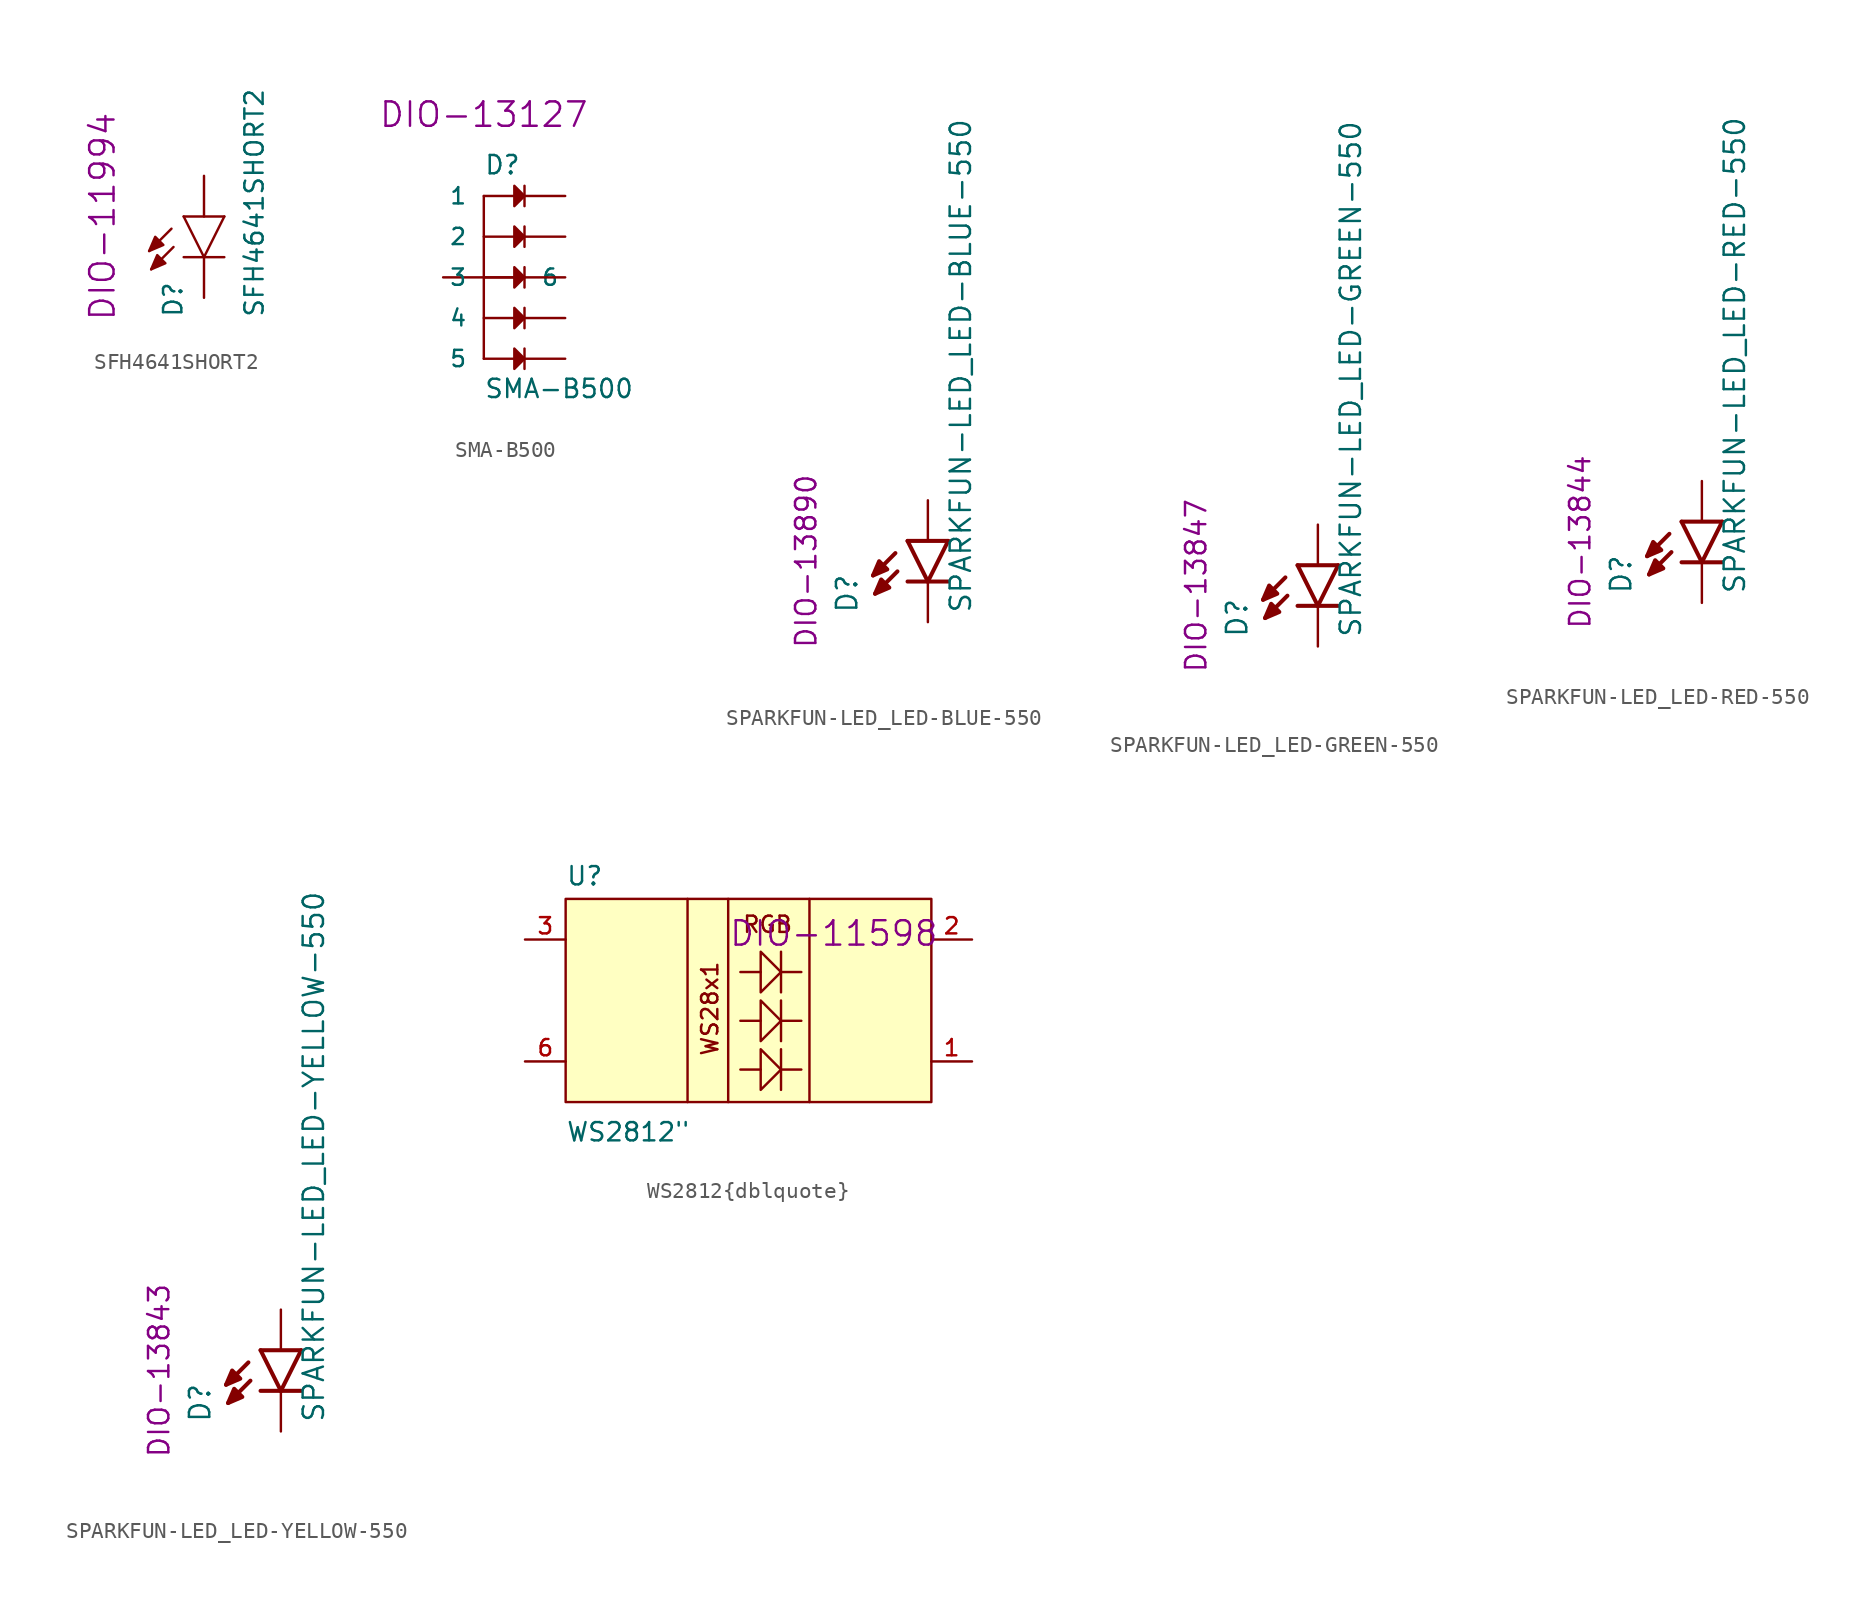
<source format=kicad_sym>
(kicad_symbol_lib
  (version 20220914)
  (generator kicad_symbol_editor)
  (symbol "SFH4641SHORT2"
    (pin_numbers hide)
    (pin_names
      (offset 1.016) hide)
    (property "Reference" "D"
      (at -1.27 -6.35 90)
      (effects (font (size 1.143 1.143)) (justify left bottom)))
    (property "Value" "SFH4641SHORT2"
      (at 3.81 -6.35 90)
      (effects (font (size 1.143 1.143)) (justify left bottom)))
    (property "Field4" "DIO-11994"
      (at -6.35 0 90)
      (effects (font (size 1.524 1.524))))
    (property "ki_locked" ""
      (at 0 0 0)
      (effects (font (size 1.27 1.27))))
    (symbol "SFH4641SHORT2_1_0"
      (polyline (pts (xy -2.032 -0.762) (xy -3.429 -2.159)) (stroke (width 0) (type solid)) (fill (type none)))
      (polyline (pts (xy -1.905 -1.905) (xy -3.302 -3.302)) (stroke (width 0) (type solid)) (fill (type none)))
      (polyline (pts (xy 0 -2.54) (xy -1.27 -2.54)) (stroke (width 0) (type solid)) (fill (type none)))
      (polyline (pts (xy 0 -2.54) (xy -1.27 0)) (stroke (width 0) (type solid)) (fill (type none)))
      (polyline (pts (xy 1.27 -2.54) (xy 0 -2.54)) (stroke (width 0) (type solid)) (fill (type none)))
      (polyline (pts (xy 1.27 0) (xy -1.27 0)) (stroke (width 0) (type solid)) (fill (type none)))
      (polyline (pts (xy 1.27 0) (xy 0 -2.54)) (stroke (width 0) (type solid)) (fill (type none))))
    (symbol "SFH4641SHORT2_1_1"
      (polyline (pts (xy -3.429 -2.159) (xy -3.048 -1.27) (xy -3.048 -1.27) (xy -2.54 -1.778) (xy -2.54 -1.778) (xy -3.429 -2.159)) (stroke (width 0) (type solid)) (fill (type outline)))
      (polyline (pts (xy -3.302 -3.302) (xy -2.921 -2.413) (xy -2.921 -2.413) (xy -2.413 -2.921) (xy -2.413 -2.921) (xy -3.302 -3.302)) (stroke (width 0) (type solid)) (fill (type outline)))
      (pin passive line (at 0 2.54 270) (length 2.54) (name "A" (effects (font (size 1.016 1.016)))) (number "A" (effects (font (size 1.016 1.016)))))
      (pin passive line (at 0 -5.08 90) (length 2.54) (name "C" (effects (font (size 1.016 1.016)))) (number "C" (effects (font (size 1.016 1.016)))))))
  (symbol "SMA-B500"
    (pin_numbers hide)
    (pin_names
      (offset 1.016))
    (property "Reference" "D"
      (at 0 6.35 0)
      (effects (font (size 1.143 1.143)) (justify left bottom)))
    (property "Value" "SMA-B500"
      (at 0 -7.62 0)
      (effects (font (size 1.143 1.143)) (justify left bottom)))
    (property "Field4" "DIO-13127"
      (at 0 10.16 0)
      (effects (font (size 1.524 1.524))))
    (property "ki_locked" ""
      (at 0 0 0)
      (effects (font (size 1.27 1.27))))
    (symbol "SMA-B500_1_0"
      (polyline (pts (xy 0 -5.08) (xy 0 5.08)) (stroke (width 0) (type solid)) (fill (type none)))
      (polyline (pts (xy 2.54 -5.715) (xy 2.54 -4.445)) (stroke (width 0) (type solid)) (fill (type none)))
      (polyline (pts (xy 2.54 -3.175) (xy 2.54 -1.905)) (stroke (width 0) (type solid)) (fill (type none)))
      (polyline (pts (xy 2.54 -0.635) (xy 2.54 0.635)) (stroke (width 0) (type solid)) (fill (type none)))
      (polyline (pts (xy 2.54 1.905) (xy 2.54 3.175)) (stroke (width 0) (type solid)) (fill (type none)))
      (polyline (pts (xy 2.54 4.445) (xy 2.54 5.715)) (stroke (width 0) (type solid)) (fill (type none))))
    (symbol "SMA-B500_1_1"
      (polyline (pts (xy 1.905 -5.715) (xy 1.905 -4.445) (xy 1.905 -4.445) (xy 2.54 -5.08) (xy 2.54 -5.08) (xy 1.905 -5.715)) (stroke (width 0) (type solid)) (fill (type outline)))
      (polyline (pts (xy 1.905 -3.175) (xy 1.905 -1.905) (xy 1.905 -1.905) (xy 2.54 -2.54) (xy 2.54 -2.54) (xy 1.905 -3.175)) (stroke (width 0) (type solid)) (fill (type outline)))
      (polyline (pts (xy 1.905 -0.635) (xy 1.905 0.635) (xy 1.905 0.635) (xy 2.54 0) (xy 2.54 0) (xy 1.905 -0.635)) (stroke (width 0) (type solid)) (fill (type outline)))
      (polyline (pts (xy 1.905 1.905) (xy 1.905 3.175) (xy 1.905 3.175) (xy 2.54 2.54) (xy 2.54 2.54) (xy 1.905 1.905)) (stroke (width 0) (type solid)) (fill (type outline)))
      (polyline (pts (xy 1.905 4.445) (xy 1.905 5.715) (xy 1.905 5.715) (xy 2.54 5.08) (xy 2.54 5.08) (xy 1.905 4.445)) (stroke (width 0) (type solid)) (fill (type outline)))
      (pin bidirectional line (at 5.08 5.08 180) (length 5.08) (name "1" (effects (font (size 1.016 1.016)))) (number "1" (effects (font (size 1.016 1.016)))))
      (pin bidirectional line (at 5.08 2.54 180) (length 5.08) (name "2" (effects (font (size 1.016 1.016)))) (number "2" (effects (font (size 1.016 1.016)))))
      (pin bidirectional line (at 5.08 0 180) (length 5.08) (name "3" (effects (font (size 1.016 1.016)))) (number "3" (effects (font (size 1.016 1.016)))))
      (pin bidirectional line (at 5.08 -2.54 180) (length 5.08) (name "4" (effects (font (size 1.016 1.016)))) (number "4" (effects (font (size 1.016 1.016)))))
      (pin bidirectional line (at 5.08 -5.08 180) (length 5.08) (name "5" (effects (font (size 1.016 1.016)))) (number "5" (effects (font (size 1.016 1.016)))))
      (pin bidirectional line (at -2.54 0 0) (length 5.08) (name "6" (effects (font (size 1.016 1.016)))) (number "6" (effects (font (size 1.016 1.016)))))))
  (symbol "SPARKFUN-LED_LED-BLUE-550"
    (pin_numbers hide)
    (pin_names
      (offset 1.27) hide)
    (property "Reference" "D"
      (at -4.318 -4.572 90)
      (effects (font (size 1.27 1.27)) (justify left bottom)))
    (property "Value" "SPARKFUN-LED_LED-BLUE-550"
      (at 2.794 -4.572 90)
      (effects (font (size 1.27 1.27)) (justify left bottom)))
    (property "Field4" "DIO-13890"
      (at -7.62 -1.27 90)
      (effects (font (size 1.27 1.27))))
    (symbol "SPARKFUN-LED_LED-BLUE-550_1_0"
      (polyline (pts (xy -2.032 -0.762) (xy -3.429 -2.159)) (stroke (width 0.254) (type solid)) (fill (type none)))
      (polyline (pts (xy -1.905 -1.905) (xy -3.302 -3.302)) (stroke (width 0.254) (type solid)) (fill (type none)))
      (polyline (pts (xy 0 -2.54) (xy -1.27 -2.54)) (stroke (width 0.254) (type solid)) (fill (type none)))
      (polyline (pts (xy 0 -2.54) (xy -1.27 0)) (stroke (width 0.254) (type solid)) (fill (type none)))
      (polyline (pts (xy 1.27 -2.54) (xy 0 -2.54)) (stroke (width 0.254) (type solid)) (fill (type none)))
      (polyline (pts (xy 1.27 0) (xy -1.27 0)) (stroke (width 0.254) (type solid)) (fill (type none)))
      (polyline (pts (xy 1.27 0) (xy 0 -2.54)) (stroke (width 0.254) (type solid)) (fill (type none))))
    (symbol "SPARKFUN-LED_LED-BLUE-550_1_1"
      (polyline (pts (xy -3.429 -2.159) (xy -3.048 -1.27) (xy -3.048 -1.27) (xy -2.54 -1.778) (xy -2.54 -1.778) (xy -3.429 -2.159)) (stroke (width 0.254) (type solid)) (fill (type outline)))
      (polyline (pts (xy -3.302 -3.302) (xy -2.921 -2.413) (xy -2.921 -2.413) (xy -2.413 -2.921) (xy -2.413 -2.921) (xy -3.302 -3.302)) (stroke (width 0.254) (type solid)) (fill (type outline)))
      (pin passive line (at 0 -5.08 90) (length 2.54) (name "C" (effects (font (size 1.27 1.27)))) (number "1" (effects (font (size 1.27 1.27)))))
      (pin passive line (at 0 2.54 270) (length 2.54) (name "A" (effects (font (size 1.27 1.27)))) (number "2" (effects (font (size 1.27 1.27)))))))
  (symbol "SPARKFUN-LED_LED-GREEN-550"
    (pin_numbers hide)
    (pin_names
      (offset 1.27) hide)
    (property "Reference" "D"
      (at -4.318 -4.572 90)
      (effects (font (size 1.27 1.27)) (justify left bottom)))
    (property "Value" "SPARKFUN-LED_LED-GREEN-550"
      (at 2.794 -4.572 90)
      (effects (font (size 1.27 1.27)) (justify left bottom)))
    (property "Field4" "DIO-13847"
      (at -7.62 -1.27 90)
      (effects (font (size 1.27 1.27))))
    (symbol "SPARKFUN-LED_LED-GREEN-550_1_0"
      (polyline (pts (xy -2.032 -0.762) (xy -3.429 -2.159)) (stroke (width 0.254) (type solid)) (fill (type none)))
      (polyline (pts (xy -1.905 -1.905) (xy -3.302 -3.302)) (stroke (width 0.254) (type solid)) (fill (type none)))
      (polyline (pts (xy 0 -2.54) (xy -1.27 -2.54)) (stroke (width 0.254) (type solid)) (fill (type none)))
      (polyline (pts (xy 0 -2.54) (xy -1.27 0)) (stroke (width 0.254) (type solid)) (fill (type none)))
      (polyline (pts (xy 1.27 -2.54) (xy 0 -2.54)) (stroke (width 0.254) (type solid)) (fill (type none)))
      (polyline (pts (xy 1.27 0) (xy -1.27 0)) (stroke (width 0.254) (type solid)) (fill (type none)))
      (polyline (pts (xy 1.27 0) (xy 0 -2.54)) (stroke (width 0.254) (type solid)) (fill (type none))))
    (symbol "SPARKFUN-LED_LED-GREEN-550_1_1"
      (polyline (pts (xy -3.429 -2.159) (xy -3.048 -1.27) (xy -3.048 -1.27) (xy -2.54 -1.778) (xy -2.54 -1.778) (xy -3.429 -2.159)) (stroke (width 0.254) (type solid)) (fill (type outline)))
      (polyline (pts (xy -3.302 -3.302) (xy -2.921 -2.413) (xy -2.921 -2.413) (xy -2.413 -2.921) (xy -2.413 -2.921) (xy -3.302 -3.302)) (stroke (width 0.254) (type solid)) (fill (type outline)))
      (pin passive line (at 0 -5.08 90) (length 2.54) (name "C" (effects (font (size 1.27 1.27)))) (number "1" (effects (font (size 1.27 1.27)))))
      (pin passive line (at 0 2.54 270) (length 2.54) (name "A" (effects (font (size 1.27 1.27)))) (number "2" (effects (font (size 1.27 1.27)))))))
  (symbol "SPARKFUN-LED_LED-RED-550"
    (pin_numbers hide)
    (pin_names
      (offset 1.27) hide)
    (property "Reference" "D"
      (at -4.318 -4.572 90)
      (effects (font (size 1.27 1.27)) (justify left bottom)))
    (property "Value" "SPARKFUN-LED_LED-RED-550"
      (at 2.794 -4.572 90)
      (effects (font (size 1.27 1.27)) (justify left bottom)))
    (property "Field4" "DIO-13844"
      (at -7.62 -1.27 90)
      (effects (font (size 1.27 1.27))))
    (symbol "SPARKFUN-LED_LED-RED-550_1_0"
      (polyline (pts (xy -2.032 -0.762) (xy -3.429 -2.159)) (stroke (width 0.254) (type solid)) (fill (type none)))
      (polyline (pts (xy -1.905 -1.905) (xy -3.302 -3.302)) (stroke (width 0.254) (type solid)) (fill (type none)))
      (polyline (pts (xy 0 -2.54) (xy -1.27 -2.54)) (stroke (width 0.254) (type solid)) (fill (type none)))
      (polyline (pts (xy 0 -2.54) (xy -1.27 0)) (stroke (width 0.254) (type solid)) (fill (type none)))
      (polyline (pts (xy 1.27 -2.54) (xy 0 -2.54)) (stroke (width 0.254) (type solid)) (fill (type none)))
      (polyline (pts (xy 1.27 0) (xy -1.27 0)) (stroke (width 0.254) (type solid)) (fill (type none)))
      (polyline (pts (xy 1.27 0) (xy 0 -2.54)) (stroke (width 0.254) (type solid)) (fill (type none))))
    (symbol "SPARKFUN-LED_LED-RED-550_1_1"
      (polyline (pts (xy -3.429 -2.159) (xy -3.048 -1.27) (xy -3.048 -1.27) (xy -2.54 -1.778) (xy -2.54 -1.778) (xy -3.429 -2.159)) (stroke (width 0.254) (type solid)) (fill (type outline)))
      (polyline (pts (xy -3.302 -3.302) (xy -2.921 -2.413) (xy -2.921 -2.413) (xy -2.413 -2.921) (xy -2.413 -2.921) (xy -3.302 -3.302)) (stroke (width 0.254) (type solid)) (fill (type outline)))
      (pin passive line (at 0 -5.08 90) (length 2.54) (name "C" (effects (font (size 1.27 1.27)))) (number "1" (effects (font (size 1.27 1.27)))))
      (pin passive line (at 0 2.54 270) (length 2.54) (name "A" (effects (font (size 1.27 1.27)))) (number "2" (effects (font (size 1.27 1.27)))))))
  (symbol "SPARKFUN-LED_LED-YELLOW-550"
    (pin_numbers hide)
    (pin_names
      (offset 1.27) hide)
    (property "Reference" "D"
      (at -4.318 -4.572 90)
      (effects (font (size 1.27 1.27)) (justify left bottom)))
    (property "Value" "SPARKFUN-LED_LED-YELLOW-550"
      (at 2.794 -4.572 90)
      (effects (font (size 1.27 1.27)) (justify left bottom)))
    (property "Field4" "DIO-13843"
      (at -7.62 -1.27 90)
      (effects (font (size 1.27 1.27))))
    (symbol "SPARKFUN-LED_LED-YELLOW-550_1_0"
      (polyline (pts (xy -2.032 -0.762) (xy -3.429 -2.159)) (stroke (width 0.254) (type solid)) (fill (type none)))
      (polyline (pts (xy -1.905 -1.905) (xy -3.302 -3.302)) (stroke (width 0.254) (type solid)) (fill (type none)))
      (polyline (pts (xy 0 -2.54) (xy -1.27 -2.54)) (stroke (width 0.254) (type solid)) (fill (type none)))
      (polyline (pts (xy 0 -2.54) (xy -1.27 0)) (stroke (width 0.254) (type solid)) (fill (type none)))
      (polyline (pts (xy 1.27 -2.54) (xy 0 -2.54)) (stroke (width 0.254) (type solid)) (fill (type none)))
      (polyline (pts (xy 1.27 0) (xy -1.27 0)) (stroke (width 0.254) (type solid)) (fill (type none)))
      (polyline (pts (xy 1.27 0) (xy 0 -2.54)) (stroke (width 0.254) (type solid)) (fill (type none))))
    (symbol "SPARKFUN-LED_LED-YELLOW-550_1_1"
      (polyline (pts (xy -3.429 -2.159) (xy -3.048 -1.27) (xy -3.048 -1.27) (xy -2.54 -1.778) (xy -2.54 -1.778) (xy -3.429 -2.159)) (stroke (width 0.254) (type solid)) (fill (type outline)))
      (polyline (pts (xy -3.302 -3.302) (xy -2.921 -2.413) (xy -2.921 -2.413) (xy -2.413 -2.921) (xy -2.413 -2.921) (xy -3.302 -3.302)) (stroke (width 0.254) (type solid)) (fill (type outline)))
      (pin passive line (at 0 -5.08 90) (length 2.54) (name "C" (effects (font (size 1.27 1.27)))) (number "1" (effects (font (size 1.27 1.27)))))
      (pin passive line (at 0 2.54 270) (length 2.54) (name "A" (effects (font (size 1.27 1.27)))) (number "2" (effects (font (size 1.27 1.27)))))))
  (symbol "WS2812{dblquote}"
    (pin_names
      (offset 1.016) hide)
    (property "Reference" "U"
      (at -12.7 8.382 0)
      (effects (font (size 1.143 1.143)) (justify left bottom)))
    (property "Value" "WS2812\""
      (at -12.7 -7.62 0)
      (effects (font (size 1.143 1.143)) (justify left bottom)))
    (property "Field4" "DIO-11598"
      (at 4.064 5.461 0)
      (effects (font (size 1.524 1.524))))
    (property "ki_locked" ""
      (at 0 0 0)
      (effects (font (size 1.27 1.27))))
    (symbol "WS2812{dblquote}_1_0"
      (polyline (pts (xy -5.08 7.62) (xy -5.08 -5.08)) (stroke (width 0) (type solid)) (fill (type none)))
      (polyline (pts (xy -2.54 7.62) (xy -2.54 -5.08)) (stroke (width 0) (type solid)) (fill (type none)))
      (polyline (pts (xy -0.508 -3.048) (xy -1.778 -3.048)) (stroke (width 0) (type solid)) (fill (type none)))
      (polyline (pts (xy -0.508 0) (xy -1.778 0)) (stroke (width 0) (type solid)) (fill (type none)))
      (polyline (pts (xy -0.508 3.048) (xy -1.778 3.048)) (stroke (width 0) (type solid)) (fill (type none)))
      (polyline (pts (xy 0.762 -3.048) (xy 0.762 -4.318)) (stroke (width 0) (type solid)) (fill (type none)))
      (polyline (pts (xy 0.762 -3.048) (xy 2.032 -3.048)) (stroke (width 0) (type solid)) (fill (type none)))
      (polyline (pts (xy 0.762 -1.778) (xy 0.762 -3.048)) (stroke (width 0) (type solid)) (fill (type none)))
      (polyline (pts (xy 0.762 0) (xy 0.762 -1.27)) (stroke (width 0) (type solid)) (fill (type none)))
      (polyline (pts (xy 0.762 0) (xy 2.032 0)) (stroke (width 0) (type solid)) (fill (type none)))
      (polyline (pts (xy 0.762 1.27) (xy 0.762 0)) (stroke (width 0) (type solid)) (fill (type none)))
      (polyline (pts (xy 0.762 3.048) (xy 0.762 1.778)) (stroke (width 0) (type solid)) (fill (type none)))
      (polyline (pts (xy 0.762 3.048) (xy 2.032 3.048)) (stroke (width 0) (type solid)) (fill (type none)))
      (polyline (pts (xy 0.762 4.318) (xy 0.762 3.048)) (stroke (width 0) (type solid)) (fill (type none)))
      (polyline (pts (xy 2.54 7.62) (xy 2.54 -5.08)) (stroke (width 0) (type solid)) (fill (type none)))
      (text "RGB" (at -0.076 6.02 0) (effects (font (size 1.016 1.016))))
      (text "WS28x1" (at -3.683 0.762 900) (effects (font (size 1.016 1.016)))))
    (symbol "WS2812{dblquote}_1_1"
      (polyline (pts (xy -0.508 -1.778) (xy -0.508 -3.048) (xy -0.508 -4.318) (xy 0.762 -3.048) (xy -0.508 -1.778)) (stroke (width 0) (type solid)) (fill (type background)))
      (polyline (pts (xy -0.508 1.27) (xy -0.508 0) (xy -0.508 -1.27) (xy 0.762 0) (xy -0.508 1.27)) (stroke (width 0) (type solid)) (fill (type background)))
      (polyline (pts (xy -0.508 4.318) (xy -0.508 3.048) (xy -0.508 1.778) (xy 0.762 3.048) (xy -0.508 4.318)) (stroke (width 0) (type solid)) (fill (type background)))
      (polyline (pts (xy 10.16 7.62) (xy 10.16 -5.08) (xy 2.54 -5.08) (xy -2.54 -5.08) (xy -5.08 -5.08) (xy -12.7 -5.08) (xy -12.7 7.62) (xy -5.08 7.62) (xy -2.54 7.62) (xy 2.54 7.62) (xy 10.16 7.62)) (stroke (width 0) (type solid)) (fill (type background)))
      (pin bidirectional line (at 12.7 -2.54 180) (length 2.54) (name "DO" (effects (font (size 1.016 1.016)))) (number "1" (effects (font (size 1.016 1.016)))))
      (pin bidirectional line (at 12.7 5.08 180) (length 2.54) (name "DI" (effects (font (size 1.016 1.016)))) (number "2" (effects (font (size 1.016 1.016)))))
      (pin bidirectional line (at -15.24 5.08 0) (length 2.54) (name "VDD" (effects (font (size 1.016 1.016)))) (number "3" (effects (font (size 1.016 1.016)))))
      (pin bidirectional line (at -15.24 5.08 0) (length 2.54) hide (name "VDD" (effects (font (size 1.016 1.016)))) (number "5" (effects (font (size 1.016 1.016)))))
      (pin bidirectional line (at -15.24 -2.54 0) (length 2.54) (name "VSS" (effects (font (size 1.016 1.016)))) (number "6" (effects (font (size 1.016 1.016))))))))
</source>
